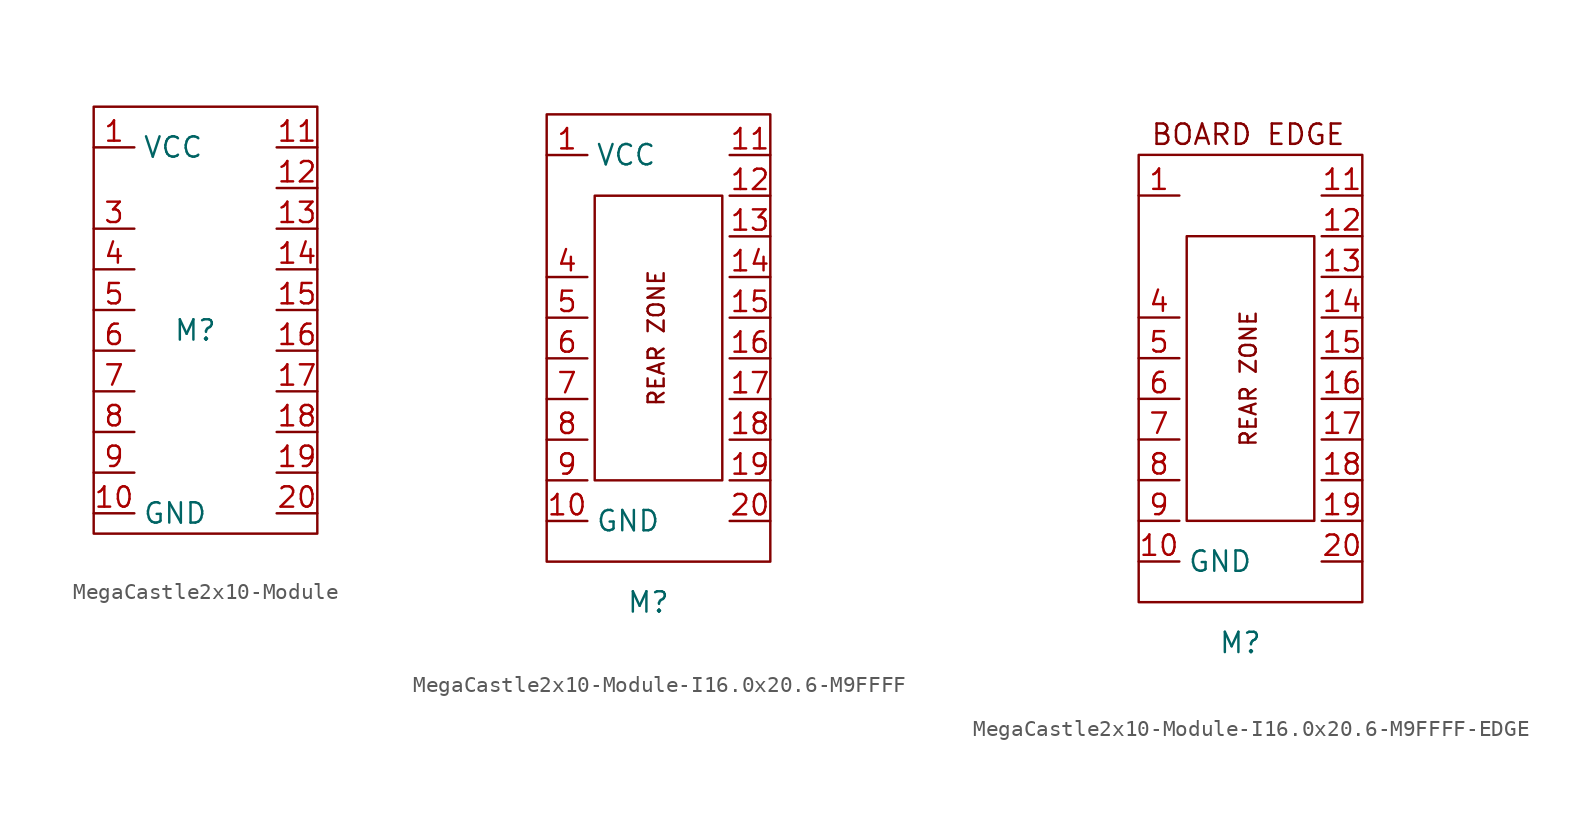
<source format=kicad_sym>
(kicad_symbol_lib
  (version 20241209)
  (generator "kicad_symbol_editor")
  (generator_version "9.0")
  (symbol "MegaCastle2x10-Module"
    (property "Reference" "M"
      (at 0 0 0)
      (effects (font (size 1.27 1.27))))
    (property "Value" ""
      (at 0 5.08 0)
      (effects (font (size 1.27 1.27))))
    (symbol "MegaCastle2x10-Module_0_1"
      (rectangle (start -6.35 13.97) (end 7.62 -12.7) (stroke (width 0) (type default)) (fill (type none))))
    (symbol "MegaCastle2x10-Module_1_1"
      (pin bidirectional line (at -6.35 11.43 0) (length 2.54) (name "VCC" (effects (font (size 1.27 1.27)))) (number "1" (effects (font (size 1.27 1.27)))))
      (pin bidirectional line (at -6.35 6.35 0) (length 2.54) (name "" (effects (font (size 1.27 1.27)))) (number "3" (effects (font (size 1.27 1.27)))))
      (pin bidirectional line (at -6.35 3.81 0) (length 2.54) (name "" (effects (font (size 1.27 1.27)))) (number "4" (effects (font (size 1.27 1.27)))))
      (pin bidirectional line (at -6.35 1.27 0) (length 2.54) (name "" (effects (font (size 1.27 1.27)))) (number "5" (effects (font (size 1.27 1.27)))))
      (pin bidirectional line (at -6.35 -1.27 0) (length 2.54) (name "" (effects (font (size 1.27 1.27)))) (number "6" (effects (font (size 1.27 1.27)))))
      (pin bidirectional line (at -6.35 -3.81 0) (length 2.54) (name "" (effects (font (size 1.27 1.27)))) (number "7" (effects (font (size 1.27 1.27)))))
      (pin bidirectional line (at -6.35 -6.35 0) (length 2.54) (name "" (effects (font (size 1.27 1.27)))) (number "8" (effects (font (size 1.27 1.27)))))
      (pin bidirectional line (at -6.35 -8.89 0) (length 2.54) (name "" (effects (font (size 1.27 1.27)))) (number "9" (effects (font (size 1.27 1.27)))))
      (pin bidirectional line (at -6.35 -11.43 0) (length 2.54) (name "GND" (effects (font (size 1.27 1.27)))) (number "10" (effects (font (size 1.27 1.27)))))
      (pin bidirectional line (at 7.62 11.43 180) (length 2.54) (name "" (effects (font (size 1.27 1.27)))) (number "11" (effects (font (size 1.27 1.27)))))
      (pin bidirectional line (at 7.62 8.89 180) (length 2.54) (name "" (effects (font (size 1.27 1.27)))) (number "12" (effects (font (size 1.27 1.27)))))
      (pin bidirectional line (at 7.62 6.35 180) (length 2.54) (name "" (effects (font (size 1.27 1.27)))) (number "13" (effects (font (size 1.27 1.27)))))
      (pin bidirectional line (at 7.62 3.81 180) (length 2.54) (name "" (effects (font (size 1.27 1.27)))) (number "14" (effects (font (size 1.27 1.27)))))
      (pin bidirectional line (at 7.62 1.27 180) (length 2.54) (name "" (effects (font (size 1.27 1.27)))) (number "15" (effects (font (size 1.27 1.27)))))
      (pin bidirectional line (at 7.62 -1.27 180) (length 2.54) (name "" (effects (font (size 1.27 1.27)))) (number "16" (effects (font (size 1.27 1.27)))))
      (pin bidirectional line (at 7.62 -3.81 180) (length 2.54) (name "" (effects (font (size 1.27 1.27)))) (number "17" (effects (font (size 1.27 1.27)))))
      (pin bidirectional line (at 7.62 -6.35 180) (length 2.54) (name "" (effects (font (size 1.27 1.27)))) (number "18" (effects (font (size 1.27 1.27)))))
      (pin bidirectional line (at 7.62 -8.89 180) (length 2.54) (name "" (effects (font (size 1.27 1.27)))) (number "19" (effects (font (size 1.27 1.27)))))
      (pin bidirectional line (at 7.62 -11.43 180) (length 2.54) (name "" (effects (font (size 1.27 1.27)))) (number "20" (effects (font (size 1.27 1.27)))))))
  (symbol "MegaCastle2x10-Module-I16.0x20.6-M9FFFF"
    (property "Reference" "M"
      (at 0 -16.51 0)
      (effects (font (size 1.27 1.27))))
    (property "Value" ""
      (at 0 5.08 0)
      (effects (font (size 1.27 1.27))))
    (symbol "MegaCastle2x10-Module-I16.0x20.6-M9FFFF_0_1"
      (rectangle (start -6.35 13.97) (end 7.62 -13.97) (stroke (width 0) (type default)) (fill (type none)))
      (rectangle (start -3.35 8.89) (end 4.62 -8.89) (stroke (width 0) (type default)) (fill (type none))))
    (symbol "MegaCastle2x10-Module-I16.0x20.6-M9FFFF_1_1"
      (text "REAR ZONE" (at 0.5 0 900) (effects (font (size 1 1))))
      (pin bidirectional line (at -6.35 11.43 0) (length 2.54) (name "VCC" (effects (font (size 1.27 1.27)))) (number "1" (effects (font (size 1.27 1.27)))))
      (pin bidirectional line (at -6.35 3.81 0) (length 2.54) (name "" (effects (font (size 1.27 1.27)))) (number "4" (effects (font (size 1.27 1.27)))))
      (pin bidirectional line (at -6.35 1.27 0) (length 2.54) (name "" (effects (font (size 1.27 1.27)))) (number "5" (effects (font (size 1.27 1.27)))))
      (pin bidirectional line (at -6.35 -1.27 0) (length 2.54) (name "" (effects (font (size 1.27 1.27)))) (number "6" (effects (font (size 1.27 1.27)))))
      (pin bidirectional line (at -6.35 -3.81 0) (length 2.54) (name "" (effects (font (size 1.27 1.27)))) (number "7" (effects (font (size 1.27 1.27)))))
      (pin bidirectional line (at -6.35 -6.35 0) (length 2.54) (name "" (effects (font (size 1.27 1.27)))) (number "8" (effects (font (size 1.27 1.27)))))
      (pin bidirectional line (at -6.35 -8.89 0) (length 2.54) (name "" (effects (font (size 1.27 1.27)))) (number "9" (effects (font (size 1.27 1.27)))))
      (pin bidirectional line (at -6.35 -11.43 0) (length 2.54) (name "GND" (effects (font (size 1.27 1.27)))) (number "10" (effects (font (size 1.27 1.27)))))
      (pin bidirectional line (at 7.62 11.43 180) (length 2.54) (name "" (effects (font (size 1.27 1.27)))) (number "11" (effects (font (size 1.27 1.27)))))
      (pin bidirectional line (at 7.62 8.89 180) (length 2.54) (name "" (effects (font (size 1.27 1.27)))) (number "12" (effects (font (size 1.27 1.27)))))
      (pin bidirectional line (at 7.62 6.35 180) (length 2.54) (name "" (effects (font (size 1.27 1.27)))) (number "13" (effects (font (size 1.27 1.27)))))
      (pin bidirectional line (at 7.62 3.81 180) (length 2.54) (name "" (effects (font (size 1.27 1.27)))) (number "14" (effects (font (size 1.27 1.27)))))
      (pin bidirectional line (at 7.62 1.27 180) (length 2.54) (name "" (effects (font (size 1.27 1.27)))) (number "15" (effects (font (size 1.27 1.27)))))
      (pin bidirectional line (at 7.62 -1.27 180) (length 2.54) (name "" (effects (font (size 1.27 1.27)))) (number "16" (effects (font (size 1.27 1.27)))))
      (pin bidirectional line (at 7.62 -3.81 180) (length 2.54) (name "" (effects (font (size 1.27 1.27)))) (number "17" (effects (font (size 1.27 1.27)))))
      (pin bidirectional line (at 7.62 -6.35 180) (length 2.54) (name "" (effects (font (size 1.27 1.27)))) (number "18" (effects (font (size 1.27 1.27)))))
      (pin bidirectional line (at 7.62 -8.89 180) (length 2.54) (name "" (effects (font (size 1.27 1.27)))) (number "19" (effects (font (size 1.27 1.27)))))
      (pin bidirectional line (at 7.62 -11.43 180) (length 2.54) (name "" (effects (font (size 1.27 1.27)))) (number "20" (effects (font (size 1.27 1.27)))))))
  (symbol "MegaCastle2x10-Module-I16.0x20.6-M9FFFF-EDGE"
    (property "Reference" "M"
      (at 0 -16.51 0)
      (effects (font (size 1.27 1.27))))
    (property "Value" ""
      (at 0 5.08 0)
      (effects (font (size 1.27 1.27))))
    (symbol "MegaCastle2x10-Module-I16.0x20.6-M9FFFF-EDGE_0_1"
      (rectangle (start -6.35 13.97) (end 7.62 -13.97) (stroke (width 0) (type default)) (fill (type none)))
      (rectangle (start -3.35 8.89) (end 4.62 -8.89) (stroke (width 0) (type default)) (fill (type none))))
    (symbol "MegaCastle2x10-Module-I16.0x20.6-M9FFFF-EDGE_1_1"
      (text " BOARD EDGE" (at 0 15.24 0) (effects (font (size 1.27 1.27))))
      (text "REAR ZONE" (at 0.5 0 900) (effects (font (size 1 1))))
      (pin bidirectional line (at -6.35 11.43 0) (length 2.54) (name "" (effects (font (size 1.27 1.27)))) (number "1" (effects (font (size 1.27 1.27)))))
      (pin bidirectional line (at -6.35 3.81 0) (length 2.54) (name "" (effects (font (size 1.27 1.27)))) (number "4" (effects (font (size 1.27 1.27)))))
      (pin bidirectional line (at -6.35 1.27 0) (length 2.54) (name "" (effects (font (size 1.27 1.27)))) (number "5" (effects (font (size 1.27 1.27)))))
      (pin bidirectional line (at -6.35 -1.27 0) (length 2.54) (name "" (effects (font (size 1.27 1.27)))) (number "6" (effects (font (size 1.27 1.27)))))
      (pin bidirectional line (at -6.35 -3.81 0) (length 2.54) (name "" (effects (font (size 1.27 1.27)))) (number "7" (effects (font (size 1.27 1.27)))))
      (pin bidirectional line (at -6.35 -6.35 0) (length 2.54) (name "" (effects (font (size 1.27 1.27)))) (number "8" (effects (font (size 1.27 1.27)))))
      (pin bidirectional line (at -6.35 -8.89 0) (length 2.54) (name "" (effects (font (size 1.27 1.27)))) (number "9" (effects (font (size 1.27 1.27)))))
      (pin bidirectional line (at -6.35 -11.43 0) (length 2.54) (name "GND" (effects (font (size 1.27 1.27)))) (number "10" (effects (font (size 1.27 1.27)))))
      (pin bidirectional line (at 7.62 11.43 180) (length 2.54) (name "" (effects (font (size 1.27 1.27)))) (number "11" (effects (font (size 1.27 1.27)))))
      (pin bidirectional line (at 7.62 8.89 180) (length 2.54) (name "" (effects (font (size 1.27 1.27)))) (number "12" (effects (font (size 1.27 1.27)))))
      (pin bidirectional line (at 7.62 6.35 180) (length 2.54) (name "" (effects (font (size 1.27 1.27)))) (number "13" (effects (font (size 1.27 1.27)))))
      (pin bidirectional line (at 7.62 3.81 180) (length 2.54) (name "" (effects (font (size 1.27 1.27)))) (number "14" (effects (font (size 1.27 1.27)))))
      (pin bidirectional line (at 7.62 1.27 180) (length 2.54) (name "" (effects (font (size 1.27 1.27)))) (number "15" (effects (font (size 1.27 1.27)))))
      (pin bidirectional line (at 7.62 -1.27 180) (length 2.54) (name "" (effects (font (size 1.27 1.27)))) (number "16" (effects (font (size 1.27 1.27)))))
      (pin bidirectional line (at 7.62 -3.81 180) (length 2.54) (name "" (effects (font (size 1.27 1.27)))) (number "17" (effects (font (size 1.27 1.27)))))
      (pin bidirectional line (at 7.62 -6.35 180) (length 2.54) (name "" (effects (font (size 1.27 1.27)))) (number "18" (effects (font (size 1.27 1.27)))))
      (pin bidirectional line (at 7.62 -8.89 180) (length 2.54) (name "" (effects (font (size 1.27 1.27)))) (number "19" (effects (font (size 1.27 1.27)))))
      (pin bidirectional line (at 7.62 -11.43 180) (length 2.54) (name "" (effects (font (size 1.27 1.27)))) (number "20" (effects (font (size 1.27 1.27))))))))
</source>
